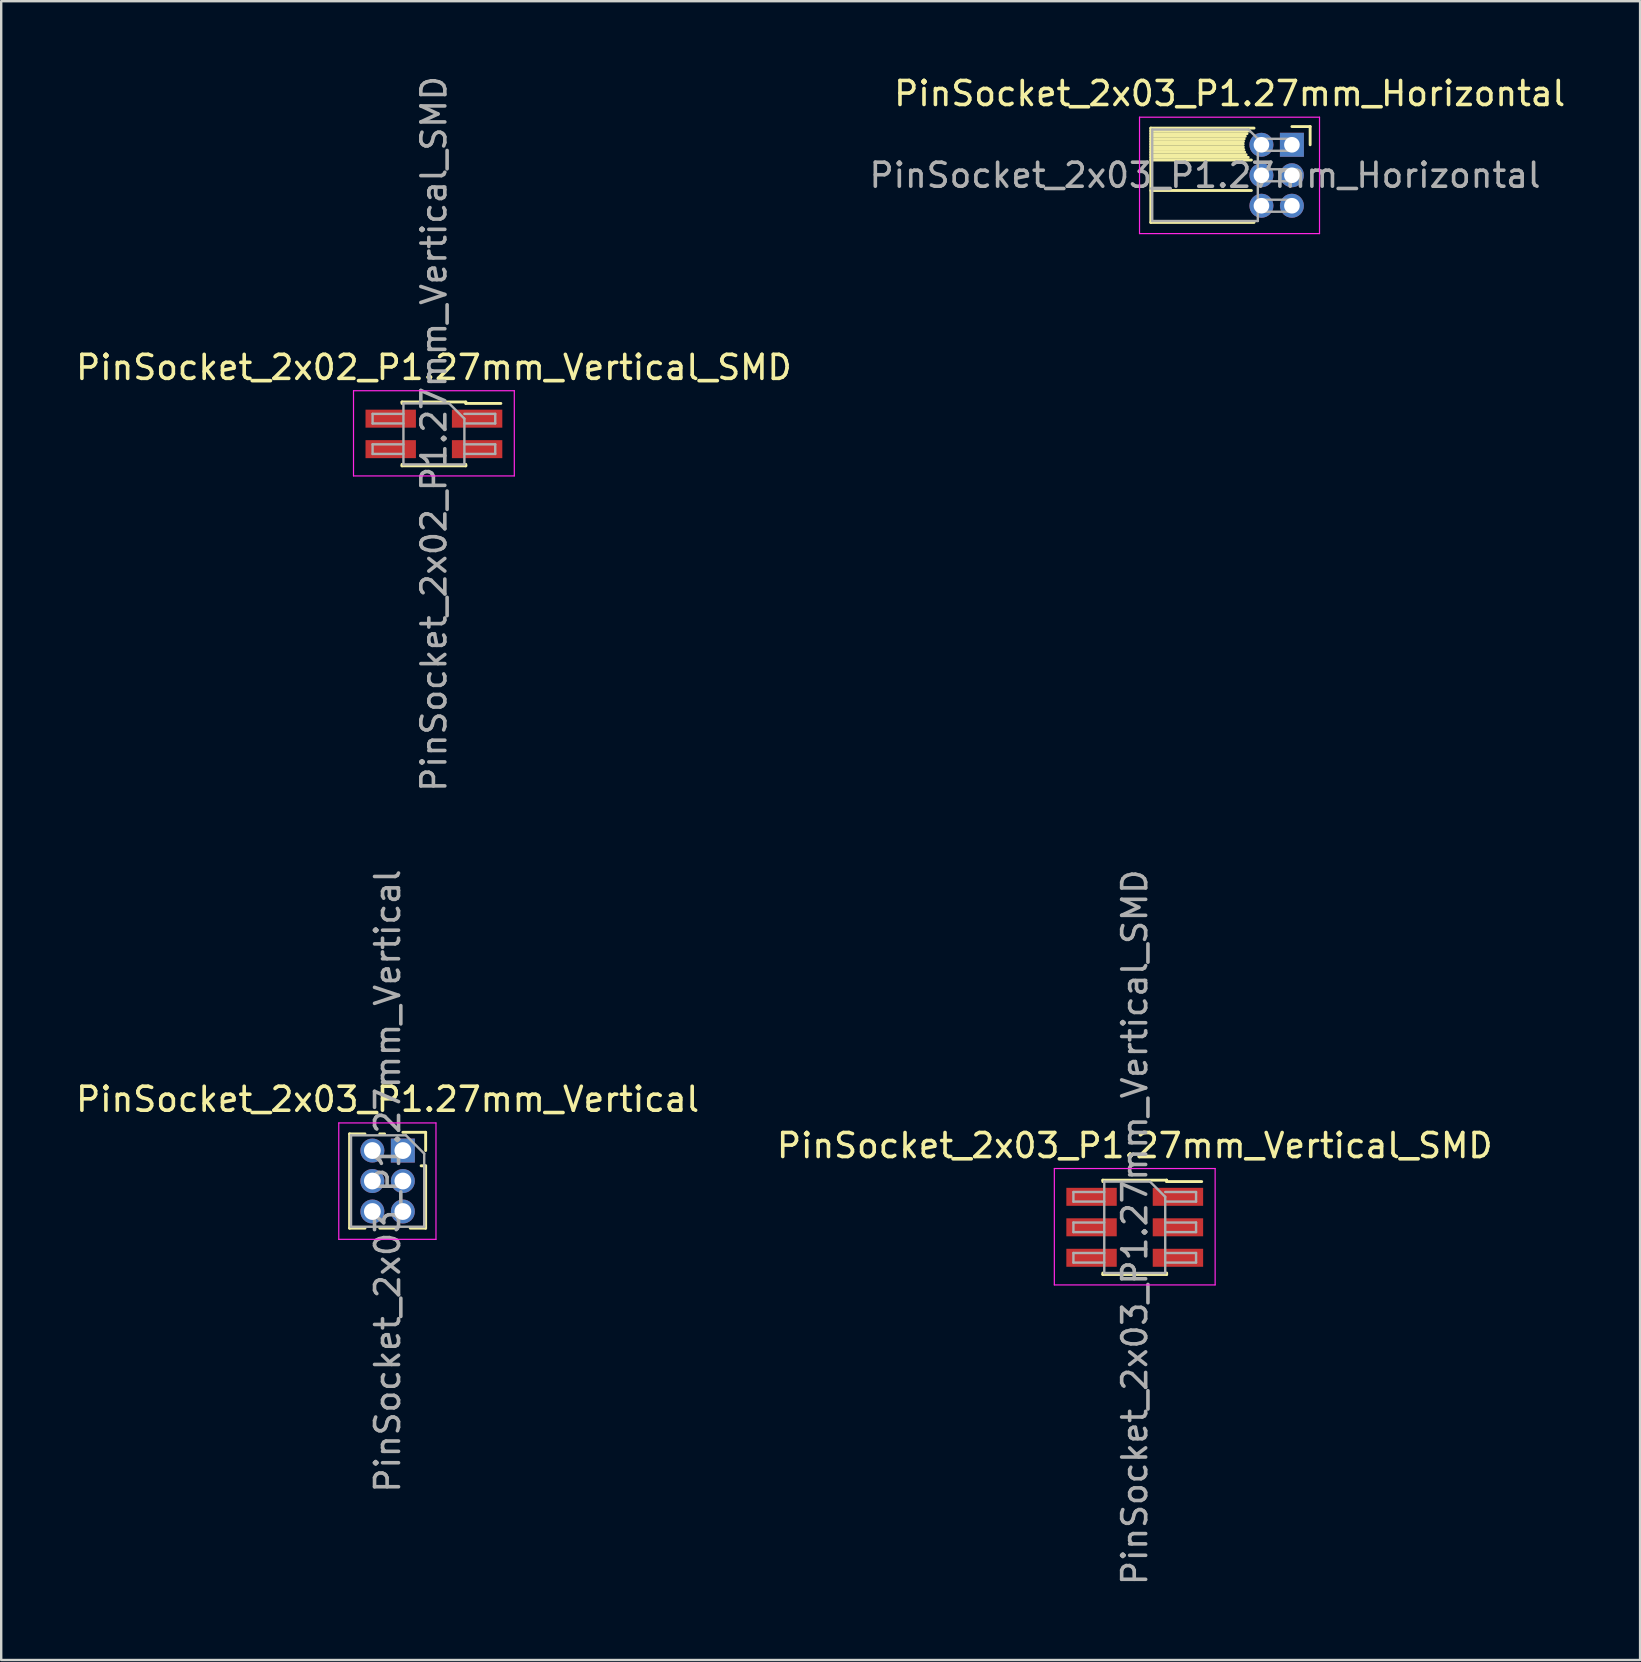
<source format=kicad_pcb>
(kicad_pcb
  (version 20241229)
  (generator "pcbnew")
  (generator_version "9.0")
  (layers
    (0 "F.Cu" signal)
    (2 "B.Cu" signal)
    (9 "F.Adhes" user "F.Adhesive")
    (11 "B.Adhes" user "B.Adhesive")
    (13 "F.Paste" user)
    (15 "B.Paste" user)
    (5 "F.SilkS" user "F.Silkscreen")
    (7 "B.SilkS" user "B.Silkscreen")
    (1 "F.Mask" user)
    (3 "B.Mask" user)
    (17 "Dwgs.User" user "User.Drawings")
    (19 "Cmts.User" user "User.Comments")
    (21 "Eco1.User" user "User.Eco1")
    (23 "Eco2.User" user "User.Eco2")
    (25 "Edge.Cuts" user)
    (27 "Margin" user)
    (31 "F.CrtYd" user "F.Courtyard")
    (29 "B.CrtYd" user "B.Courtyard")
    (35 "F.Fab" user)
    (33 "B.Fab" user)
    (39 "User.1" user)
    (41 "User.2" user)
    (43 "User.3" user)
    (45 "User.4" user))
  (footprint "PinSocket_2x03_P1.27mm_Horizontal"
    (layer "F.Cu")
    (at 50.781 2.983)
    (property "Reference" "PinSocket_2x03_P1.27mm_Horizontal" (at -2.592 -2.135 0) (layer "F.SilkS") (effects (font (size 1 1) (thickness 0.15))))
    (attr through_hole)
    (fp_line (start -5.88 -0.695) (end -5.88 3.235) (stroke (width 0.12) (type solid)) (layer "F.SilkS"))
    (fp_line (start -5.88 -0.695) (end -1.578 -0.695) (stroke (width 0.12) (type solid)) (layer "F.SilkS"))
    (fp_line (start -5.88 -0.575) (end -1.767 -0.575) (stroke (width 0.12) (type solid)) (layer "F.SilkS"))
    (fp_line (start -5.88 -0.465) (end -1.871 -0.465) (stroke (width 0.12) (type solid)) (layer "F.SilkS"))
    (fp_line (start -5.88 -0.355) (end -1.942 -0.355) (stroke (width 0.12) (type solid)) (layer "F.SilkS"))
    (fp_line (start -5.88 -0.245) (end -1.989 -0.245) (stroke (width 0.12) (type solid)) (layer "F.SilkS"))
    (fp_line (start -5.88 -0.135) (end -2.018 -0.135) (stroke (width 0.12) (type solid)) (layer "F.SilkS"))
    (fp_line (start -5.88 -0.025) (end -2.03 -0.025) (stroke (width 0.12) (type solid)) (layer "F.SilkS"))
    (fp_line (start -5.88 0.085) (end -2.025 0.085) (stroke (width 0.12) (type solid)) (layer "F.SilkS"))
    (fp_line (start -5.88 0.195) (end -2.005 0.195) (stroke (width 0.12) (type solid)) (layer "F.SilkS"))
    (fp_line (start -5.88 0.305) (end -1.966 0.305) (stroke (width 0.12) (type solid)) (layer "F.SilkS"))
    (fp_line (start -5.88 0.415) (end -1.907 0.415) (stroke (width 0.12) (type solid)) (layer "F.SilkS"))
    (fp_line (start -5.88 0.525) (end -1.82 0.525) (stroke (width 0.12) (type solid)) (layer "F.SilkS"))
    (fp_line (start -5.88 0.635) (end -1.688 0.635) (stroke (width 0.12) (type solid)) (layer "F.SilkS"))
    (fp_line (start -5.88 1.905) (end -1.688 1.905) (stroke (width 0.12) (type solid)) (layer "F.SilkS"))
    (fp_line (start -5.88 3.235) (end -1.578 3.235) (stroke (width 0.12) (type solid)) (layer "F.SilkS"))
    (fp_line (start 0 -0.76) (end 0.76 -0.76) (stroke (width 0.12) (type solid)) (layer "F.SilkS"))
    (fp_line (start 0.76 -0.76) (end 0.76 0) (stroke (width 0.12) (type solid)) (layer "F.SilkS"))
    (fp_line (start -6.35 -1.15) (end -6.35 3.7) (stroke (width 0.05) (type solid)) (layer "F.CrtYd"))
    (fp_line (start -6.35 3.7) (end 1.15 3.7) (stroke (width 0.05) (type solid)) (layer "F.CrtYd"))
    (fp_line (start 1.15 -1.15) (end -6.35 -1.15) (stroke (width 0.05) (type solid)) (layer "F.CrtYd"))
    (fp_line (start 1.15 3.7) (end 1.15 -1.15) (stroke (width 0.05) (type solid)) (layer "F.CrtYd"))
    (fp_line (start -5.82 -0.635) (end -1.805 -0.635) (stroke (width 0.1) (type solid)) (layer "F.Fab"))
    (fp_line (start -5.82 3.175) (end -5.82 -0.635) (stroke (width 0.1) (type solid)) (layer "F.Fab"))
    (fp_line (start -1.805 -0.635) (end -1.42 -0.25) (stroke (width 0.1) (type solid)) (layer "F.Fab"))
    (fp_line (start -1.42 -0.25) (end -1.42 3.175) (stroke (width 0.1) (type solid)) (layer "F.Fab"))
    (fp_line (start -1.42 0.25) (end 0 0.25) (stroke (width 0.1) (type solid)) (layer "F.Fab"))
    (fp_line (start -1.42 1.52) (end 0 1.52) (stroke (width 0.1) (type solid)) (layer "F.Fab"))
    (fp_line (start -1.42 2.79) (end 0 2.79) (stroke (width 0.1) (type solid)) (layer "F.Fab"))
    (fp_line (start -1.42 3.175) (end -5.82 3.175) (stroke (width 0.1) (type solid)) (layer "F.Fab"))
    (fp_line (start 0 -0.25) (end -1.42 -0.25) (stroke (width 0.1) (type solid)) (layer "F.Fab"))
    (fp_line (start 0 0.25) (end 0 -0.25) (stroke (width 0.1) (type solid)) (layer "F.Fab"))
    (fp_line (start 0 1.02) (end -1.42 1.02) (stroke (width 0.1) (type solid)) (layer "F.Fab"))
    (fp_line (start 0 1.52) (end 0 1.02) (stroke (width 0.1) (type solid)) (layer "F.Fab"))
    (fp_line (start 0 2.29) (end -1.42 2.29) (stroke (width 0.1) (type solid)) (layer "F.Fab"))
    (fp_line (start 0 2.79) (end 0 2.29) (stroke (width 0.1) (type solid)) (layer "F.Fab"))
    (fp_text user "${REFERENCE}" (at -3.62 1.27 0) (layer "F.Fab") (effects (font (size 1 1) (thickness 0.15))))
    (pad "1" thru_hole rect (at 0 0) (size 1 1) (drill 0.65) (layers "*.Cu" "*.Mask"))
    (pad "2" thru_hole oval (at -1.27 0) (size 1 1) (drill 0.65) (layers "*.Cu" "*.Mask"))
    (pad "3" thru_hole oval (at 0 1.27) (size 1 1) (drill 0.65) (layers "*.Cu" "*.Mask"))
    (pad "4" thru_hole oval (at -1.27 1.27) (size 1 1) (drill 0.65) (layers "*.Cu" "*.Mask"))
    (pad "5" thru_hole oval (at 0 2.54) (size 1 1) (drill 0.65) (layers "*.Cu" "*.Mask"))
    (pad "6" thru_hole oval (at -1.27 2.54) (size 1 1) (drill 0.65) (layers "*.Cu" "*.Mask")))
  (footprint "PinSocket_2x03_P1.27mm_Vertical_SMD"
    (layer "F.Cu")
    (at 44.232 48.089)
    (property "Reference" "PinSocket_2x03_P1.27mm_Vertical_SMD" (at 0 -3.405 0) (layer "F.SilkS") (effects (font (size 1 1) (thickness 0.15))))
    (attr smd)
    (fp_line (start -1.33 -1.965) (end -1.33 -1.905) (stroke (width 0.12) (type solid)) (layer "F.SilkS"))
    (fp_line (start -1.33 -1.965) (end 1.33 -1.965) (stroke (width 0.12) (type solid)) (layer "F.SilkS"))
    (fp_line (start -1.33 1.905) (end -1.33 1.965) (stroke (width 0.12) (type solid)) (layer "F.SilkS"))
    (fp_line (start -1.33 1.965) (end 1.33 1.965) (stroke (width 0.12) (type solid)) (layer "F.SilkS"))
    (fp_line (start 1.33 -1.965) (end 1.33 -1.905) (stroke (width 0.12) (type solid)) (layer "F.SilkS"))
    (fp_line (start 1.33 -1.905) (end 2.79 -1.905) (stroke (width 0.12) (type solid)) (layer "F.SilkS"))
    (fp_line (start 1.33 1.905) (end 1.33 1.965) (stroke (width 0.12) (type solid)) (layer "F.SilkS"))
    (fp_line (start -3.35 -2.45) (end 3.35 -2.45) (stroke (width 0.05) (type solid)) (layer "F.CrtYd"))
    (fp_line (start -3.35 2.4) (end -3.35 -2.45) (stroke (width 0.05) (type solid)) (layer "F.CrtYd"))
    (fp_line (start 3.35 -2.45) (end 3.35 2.4) (stroke (width 0.05) (type solid)) (layer "F.CrtYd"))
    (fp_line (start 3.35 2.4) (end -3.35 2.4) (stroke (width 0.05) (type solid)) (layer "F.CrtYd"))
    (fp_line (start -2.555 -1.47) (end -1.27 -1.47) (stroke (width 0.1) (type solid)) (layer "F.Fab"))
    (fp_line (start -2.555 -1.07) (end -2.555 -1.47) (stroke (width 0.1) (type solid)) (layer "F.Fab"))
    (fp_line (start -2.555 -0.2) (end -1.27 -0.2) (stroke (width 0.1) (type solid)) (layer "F.Fab"))
    (fp_line (start -2.555 0.2) (end -2.555 -0.2) (stroke (width 0.1) (type solid)) (layer "F.Fab"))
    (fp_line (start -2.555 1.07) (end -1.27 1.07) (stroke (width 0.1) (type solid)) (layer "F.Fab"))
    (fp_line (start -2.555 1.47) (end -2.555 1.07) (stroke (width 0.1) (type solid)) (layer "F.Fab"))
    (fp_line (start -1.27 -1.905) (end 0.635 -1.905) (stroke (width 0.1) (type solid)) (layer "F.Fab"))
    (fp_line (start -1.27 -1.07) (end -2.555 -1.07) (stroke (width 0.1) (type solid)) (layer "F.Fab"))
    (fp_line (start -1.27 0.2) (end -2.555 0.2) (stroke (width 0.1) (type solid)) (layer "F.Fab"))
    (fp_line (start -1.27 1.47) (end -2.555 1.47) (stroke (width 0.1) (type solid)) (layer "F.Fab"))
    (fp_line (start -1.27 1.905) (end -1.27 -1.905) (stroke (width 0.1) (type solid)) (layer "F.Fab"))
    (fp_line (start 0.635 -1.905) (end 1.27 -1.27) (stroke (width 0.1) (type solid)) (layer "F.Fab"))
    (fp_line (start 1.27 -1.47) (end 2.555 -1.47) (stroke (width 0.1) (type solid)) (layer "F.Fab"))
    (fp_line (start 1.27 -1.27) (end 1.27 1.905) (stroke (width 0.1) (type solid)) (layer "F.Fab"))
    (fp_line (start 1.27 -0.2) (end 2.555 -0.2) (stroke (width 0.1) (type solid)) (layer "F.Fab"))
    (fp_line (start 1.27 1.07) (end 2.555 1.07) (stroke (width 0.1) (type solid)) (layer "F.Fab"))
    (fp_line (start 1.27 1.905) (end -1.27 1.905) (stroke (width 0.1) (type solid)) (layer "F.Fab"))
    (fp_line (start 2.555 -1.47) (end 2.555 -1.07) (stroke (width 0.1) (type solid)) (layer "F.Fab"))
    (fp_line (start 2.555 -1.07) (end 1.27 -1.07) (stroke (width 0.1) (type solid)) (layer "F.Fab"))
    (fp_line (start 2.555 -0.2) (end 2.555 0.2) (stroke (width 0.1) (type solid)) (layer "F.Fab"))
    (fp_line (start 2.555 0.2) (end 1.27 0.2) (stroke (width 0.1) (type solid)) (layer "F.Fab"))
    (fp_line (start 2.555 1.07) (end 2.555 1.47) (stroke (width 0.1) (type solid)) (layer "F.Fab"))
    (fp_line (start 2.555 1.47) (end 1.27 1.47) (stroke (width 0.1) (type solid)) (layer "F.Fab"))
    (fp_text user "${REFERENCE}" (at 0 0 90) (layer "F.Fab") (effects (font (size 1 1) (thickness 0.15))))
    (pad "1" smd rect (at 1.8 -1.27) (size 2.1 0.75) (layers "F.Cu" "F.Mask" "F.Paste"))
    (pad "2" smd rect (at -1.8 -1.27) (size 2.1 0.75) (layers "F.Cu" "F.Mask" "F.Paste"))
    (pad "3" smd rect (at 1.8 0) (size 2.1 0.75) (layers "F.Cu" "F.Mask" "F.Paste"))
    (pad "4" smd rect (at -1.8 0) (size 2.1 0.75) (layers "F.Cu" "F.Mask" "F.Paste"))
    (pad "5" smd rect (at 1.8 1.27) (size 2.1 0.75) (layers "F.Cu" "F.Mask" "F.Paste"))
    (pad "6" smd rect (at -1.8 1.27) (size 2.1 0.75) (layers "F.Cu" "F.Mask" "F.Paste")))
  (footprint "PinSocket_2x02_P1.27mm_Vertical_SMD"
    (layer "F.Cu")
    (at 15.03 15.03)
    (property "Reference" "PinSocket_2x02_P1.27mm_Vertical_SMD" (at 0 -2.77 0) (layer "F.SilkS") (effects (font (size 1 1) (thickness 0.15))))
    (attr smd)
    (fp_line (start -1.33 -1.33) (end -1.33 -1.27) (stroke (width 0.12) (type solid)) (layer "F.SilkS"))
    (fp_line (start -1.33 -1.33) (end 1.33 -1.33) (stroke (width 0.12) (type solid)) (layer "F.SilkS"))
    (fp_line (start -1.33 1.27) (end -1.33 1.33) (stroke (width 0.12) (type solid)) (layer "F.SilkS"))
    (fp_line (start -1.33 1.33) (end 1.33 1.33) (stroke (width 0.12) (type solid)) (layer "F.SilkS"))
    (fp_line (start 1.33 -1.33) (end 1.33 -1.27) (stroke (width 0.12) (type solid)) (layer "F.SilkS"))
    (fp_line (start 1.33 -1.27) (end 2.79 -1.27) (stroke (width 0.12) (type solid)) (layer "F.SilkS"))
    (fp_line (start 1.33 1.27) (end 1.33 1.33) (stroke (width 0.12) (type solid)) (layer "F.SilkS"))
    (fp_line (start -3.35 -1.8) (end 3.35 -1.8) (stroke (width 0.05) (type solid)) (layer "F.CrtYd"))
    (fp_line (start -3.35 1.75) (end -3.35 -1.8) (stroke (width 0.05) (type solid)) (layer "F.CrtYd"))
    (fp_line (start 3.35 -1.8) (end 3.35 1.75) (stroke (width 0.05) (type solid)) (layer "F.CrtYd"))
    (fp_line (start 3.35 1.75) (end -3.35 1.75) (stroke (width 0.05) (type solid)) (layer "F.CrtYd"))
    (fp_line (start -2.555 -0.835) (end -1.27 -0.835) (stroke (width 0.1) (type solid)) (layer "F.Fab"))
    (fp_line (start -2.555 -0.435) (end -2.555 -0.835) (stroke (width 0.1) (type solid)) (layer "F.Fab"))
    (fp_line (start -2.555 0.435) (end -1.27 0.435) (stroke (width 0.1) (type solid)) (layer "F.Fab"))
    (fp_line (start -2.555 0.835) (end -2.555 0.435) (stroke (width 0.1) (type solid)) (layer "F.Fab"))
    (fp_line (start -1.27 -1.27) (end 0.635 -1.27) (stroke (width 0.1) (type solid)) (layer "F.Fab"))
    (fp_line (start -1.27 -0.435) (end -2.555 -0.435) (stroke (width 0.1) (type solid)) (layer "F.Fab"))
    (fp_line (start -1.27 0.835) (end -2.555 0.835) (stroke (width 0.1) (type solid)) (layer "F.Fab"))
    (fp_line (start -1.27 1.27) (end -1.27 -1.27) (stroke (width 0.1) (type solid)) (layer "F.Fab"))
    (fp_line (start 0.635 -1.27) (end 1.27 -0.635) (stroke (width 0.1) (type solid)) (layer "F.Fab"))
    (fp_line (start 1.27 -0.835) (end 2.555 -0.835) (stroke (width 0.1) (type solid)) (layer "F.Fab"))
    (fp_line (start 1.27 -0.635) (end 1.27 1.27) (stroke (width 0.1) (type solid)) (layer "F.Fab"))
    (fp_line (start 1.27 0.435) (end 2.555 0.435) (stroke (width 0.1) (type solid)) (layer "F.Fab"))
    (fp_line (start 1.27 1.27) (end -1.27 1.27) (stroke (width 0.1) (type solid)) (layer "F.Fab"))
    (fp_line (start 2.555 -0.835) (end 2.555 -0.435) (stroke (width 0.1) (type solid)) (layer "F.Fab"))
    (fp_line (start 2.555 -0.435) (end 1.27 -0.435) (stroke (width 0.1) (type solid)) (layer "F.Fab"))
    (fp_line (start 2.555 0.435) (end 2.555 0.835) (stroke (width 0.1) (type solid)) (layer "F.Fab"))
    (fp_line (start 2.555 0.835) (end 1.27 0.835) (stroke (width 0.1) (type solid)) (layer "F.Fab"))
    (fp_text user "${REFERENCE}" (at 0 0 90) (layer "F.Fab") (effects (font (size 1 1) (thickness 0.15))))
    (pad "1" smd rect (at 1.8 -0.635) (size 2.1 0.75) (layers "F.Cu" "F.Mask" "F.Paste"))
    (pad "2" smd rect (at -1.8 -0.635) (size 2.1 0.75) (layers "F.Cu" "F.Mask" "F.Paste"))
    (pad "3" smd rect (at 1.8 0.635) (size 2.1 0.75) (layers "F.Cu" "F.Mask" "F.Paste"))
    (pad "4" smd rect (at -1.8 0.635) (size 2.1 0.75) (layers "F.Cu" "F.Mask" "F.Paste")))
  (footprint "PinSocket_2x03_P1.27mm_Vertical"
    (layer "F.Cu")
    (at 13.736 44.891)
    (property "Reference" "PinSocket_2x03_P1.27mm_Vertical" (at -0.635 -2.135 0) (layer "F.SilkS") (effects (font (size 1 1) (thickness 0.15))))
    (attr through_hole)
    (fp_line (start -2.22 -0.695) (end -2.22 3.235) (stroke (width 0.12) (type solid)) (layer "F.SilkS"))
    (fp_line (start -2.22 -0.695) (end -1.578 -0.695) (stroke (width 0.12) (type solid)) (layer "F.SilkS"))
    (fp_line (start -2.22 3.235) (end -1.578 3.235) (stroke (width 0.12) (type solid)) (layer "F.SilkS"))
    (fp_line (start -0.962 -0.695) (end -0.76 -0.695) (stroke (width 0.12) (type solid)) (layer "F.SilkS"))
    (fp_line (start -0.962 3.235) (end -0.308 3.235) (stroke (width 0.12) (type solid)) (layer "F.SilkS"))
    (fp_line (start 0 -0.76) (end 0.95 -0.76) (stroke (width 0.12) (type solid)) (layer "F.SilkS"))
    (fp_line (start 0.308 3.235) (end 0.95 3.235) (stroke (width 0.12) (type solid)) (layer "F.SilkS"))
    (fp_line (start 0.76 0.635) (end 0.95 0.635) (stroke (width 0.12) (type solid)) (layer "F.SilkS"))
    (fp_line (start 0.95 -0.76) (end 0.95 0) (stroke (width 0.12) (type solid)) (layer "F.SilkS"))
    (fp_line (start 0.95 0.635) (end 0.95 3.235) (stroke (width 0.12) (type solid)) (layer "F.SilkS"))
    (fp_line (start -2.67 -1.15) (end 1.38 -1.15) (stroke (width 0.05) (type solid)) (layer "F.CrtYd"))
    (fp_line (start -2.67 3.7) (end -2.67 -1.15) (stroke (width 0.05) (type solid)) (layer "F.CrtYd"))
    (fp_line (start 1.38 -1.15) (end 1.38 3.7) (stroke (width 0.05) (type solid)) (layer "F.CrtYd"))
    (fp_line (start 1.38 3.7) (end -2.67 3.7) (stroke (width 0.05) (type solid)) (layer "F.CrtYd"))
    (fp_line (start -2.16 -0.635) (end 0.128 -0.635) (stroke (width 0.1) (type solid)) (layer "F.Fab"))
    (fp_line (start -2.16 3.175) (end -2.16 -0.635) (stroke (width 0.1) (type solid)) (layer "F.Fab"))
    (fp_line (start 0.128 -0.635) (end 0.89 0.128) (stroke (width 0.1) (type solid)) (layer "F.Fab"))
    (fp_line (start 0.89 0.128) (end 0.89 3.175) (stroke (width 0.1) (type solid)) (layer "F.Fab"))
    (fp_line (start 0.89 3.175) (end -2.16 3.175) (stroke (width 0.1) (type solid)) (layer "F.Fab"))
    (fp_text user "${REFERENCE}" (at -0.635 1.27 90) (layer "F.Fab") (effects (font (size 1 1) (thickness 0.15))))
    (pad "1" thru_hole rect (at 0 0) (size 1 1) (drill 0.7) (layers "*.Cu" "*.Mask"))
    (pad "2" thru_hole oval (at -1.27 0) (size 1 1) (drill 0.7) (layers "*.Cu" "*.Mask"))
    (pad "3" thru_hole oval (at 0 1.27) (size 1 1) (drill 0.7) (layers "*.Cu" "*.Mask"))
    (pad "4" thru_hole oval (at -1.27 1.27) (size 1 1) (drill 0.7) (layers "*.Cu" "*.Mask"))
    (pad "5" thru_hole oval (at 0 2.54) (size 1 1) (drill 0.7) (layers "*.Cu" "*.Mask"))
    (pad "6" thru_hole oval (at -1.27 2.54) (size 1 1) (drill 0.7) (layers "*.Cu" "*.Mask")))
  (gr_rect
    (start -3 -3)
    (end 65.289 66.119)
    (stroke (width 0.1) (type default))
    (fill no)
    (layer "Edge.Cuts")))
</source>
